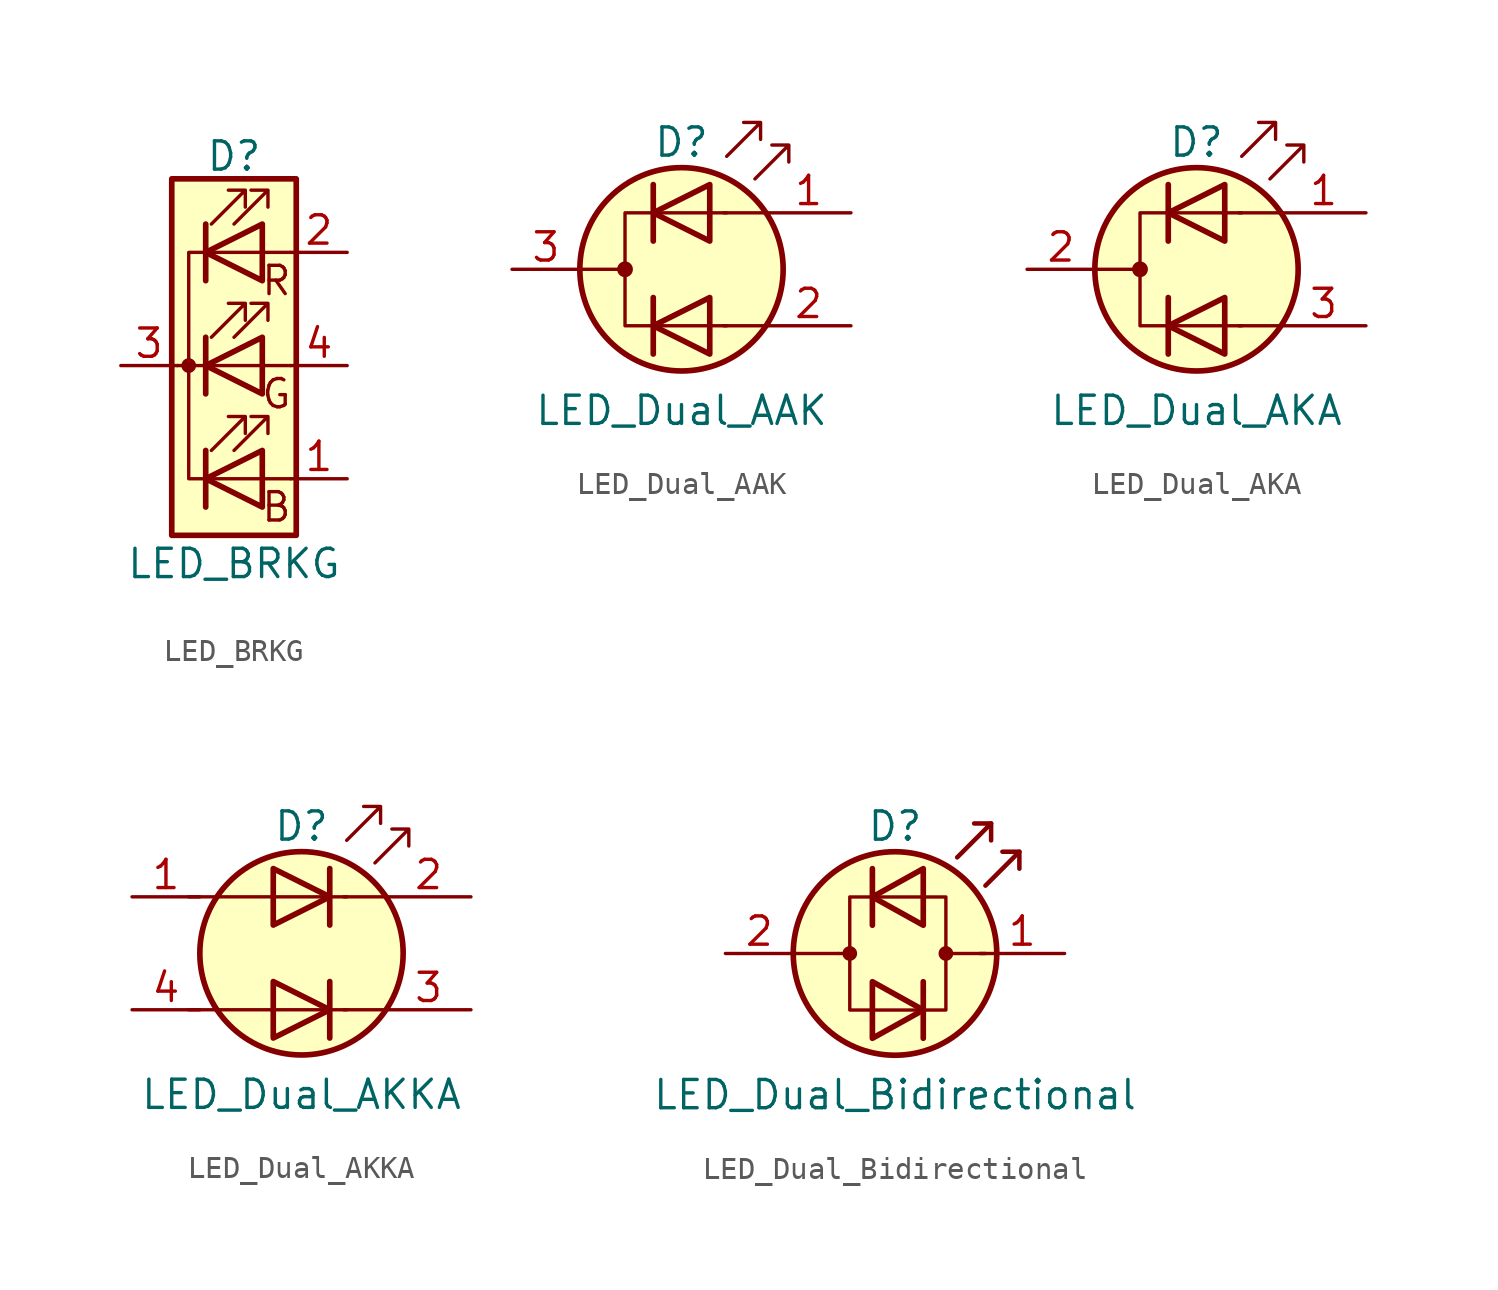
<source format=kicad_sym>
(kicad_symbol_lib
  (version 20211014)
  (generator kicad_symbol_editor)
  (symbol "LED_BRKG"
    (pin_names
      (offset 0) hide)
    (property "Reference" "D"
      (at 0 9.398 0)
      (effects (font (size 1.27 1.27))))
    (property "Value" "LED_BRKG"
      (at 0 -8.89 0)
      (effects (font (size 1.27 1.27))))
    (symbol "LED_BRKG_0_0"
      (text "B" (at 1.905 -6.35 0) (effects (font (size 1.27 1.27))))
      (text "G" (at 1.905 -1.27 0) (effects (font (size 1.27 1.27))))
      (text "R" (at 1.905 3.81 0) (effects (font (size 1.27 1.27)))))
    (symbol "LED_BRKG_0_1"
      (circle (center -2.032 0) (radius 0.254) (stroke (width 0) (type default) (color 0 0 0 0)) (fill (type outline)))
      (polyline (pts (xy -1.27 -5.08) (xy 1.27 -5.08)) (stroke (width 0) (type default) (color 0 0 0 0)) (fill (type none)))
      (polyline (pts (xy -1.27 -3.81) (xy -1.27 -6.35)) (stroke (width 0.254) (type default) (color 0 0 0 0)) (fill (type none)))
      (polyline (pts (xy -1.27 0) (xy -2.54 0)) (stroke (width 0) (type default) (color 0 0 0 0)) (fill (type none)))
      (polyline (pts (xy -1.27 1.27) (xy -1.27 -1.27)) (stroke (width 0.254) (type default) (color 0 0 0 0)) (fill (type none)))
      (polyline (pts (xy -1.27 5.08) (xy 1.27 5.08)) (stroke (width 0) (type default) (color 0 0 0 0)) (fill (type none)))
      (polyline (pts (xy -1.27 6.35) (xy -1.27 3.81)) (stroke (width 0.254) (type default) (color 0 0 0 0)) (fill (type none)))
      (polyline (pts (xy 1.27 -5.08) (xy 2.54 -5.08)) (stroke (width 0) (type default) (color 0 0 0 0)) (fill (type none)))
      (polyline (pts (xy 1.27 0) (xy -1.27 0)) (stroke (width 0) (type default) (color 0 0 0 0)) (fill (type none)))
      (polyline (pts (xy 1.27 0) (xy 2.54 0)) (stroke (width 0) (type default) (color 0 0 0 0)) (fill (type none)))
      (polyline (pts (xy 1.27 5.08) (xy 2.54 5.08)) (stroke (width 0) (type default) (color 0 0 0 0)) (fill (type none)))
      (polyline (pts (xy -1.27 1.27) (xy -1.27 -1.27) (xy -1.27 -1.27)) (stroke (width 0) (type default) (color 0 0 0 0)) (fill (type none)))
      (polyline (pts (xy -1.27 6.35) (xy -1.27 3.81) (xy -1.27 3.81)) (stroke (width 0) (type default) (color 0 0 0 0)) (fill (type none)))
      (polyline (pts (xy -1.27 5.08) (xy -2.032 5.08) (xy -2.032 -5.08) (xy -1.016 -5.08)) (stroke (width 0) (type default) (color 0 0 0 0)) (fill (type none)))
      (polyline (pts (xy 1.27 -3.81) (xy 1.27 -6.35) (xy -1.27 -5.08) (xy 1.27 -3.81)) (stroke (width 0.254) (type default) (color 0 0 0 0)) (fill (type none)))
      (polyline (pts (xy 1.27 1.27) (xy 1.27 -1.27) (xy -1.27 0) (xy 1.27 1.27)) (stroke (width 0.254) (type default) (color 0 0 0 0)) (fill (type none)))
      (polyline (pts (xy 1.27 6.35) (xy 1.27 3.81) (xy -1.27 5.08) (xy 1.27 6.35)) (stroke (width 0.254) (type default) (color 0 0 0 0)) (fill (type none)))
      (polyline (pts (xy -1.016 -3.81) (xy 0.508 -2.286) (xy -0.254 -2.286) (xy 0.508 -2.286) (xy 0.508 -3.048)) (stroke (width 0) (type default) (color 0 0 0 0)) (fill (type none)))
      (polyline (pts (xy -1.016 1.27) (xy 0.508 2.794) (xy -0.254 2.794) (xy 0.508 2.794) (xy 0.508 2.032)) (stroke (width 0) (type default) (color 0 0 0 0)) (fill (type none)))
      (polyline (pts (xy -1.016 6.35) (xy 0.508 7.874) (xy -0.254 7.874) (xy 0.508 7.874) (xy 0.508 7.112)) (stroke (width 0) (type default) (color 0 0 0 0)) (fill (type none)))
      (polyline (pts (xy 0 -3.81) (xy 1.524 -2.286) (xy 0.762 -2.286) (xy 1.524 -2.286) (xy 1.524 -3.048)) (stroke (width 0) (type default) (color 0 0 0 0)) (fill (type none)))
      (polyline (pts (xy 0 1.27) (xy 1.524 2.794) (xy 0.762 2.794) (xy 1.524 2.794) (xy 1.524 2.032)) (stroke (width 0) (type default) (color 0 0 0 0)) (fill (type none)))
      (polyline (pts (xy 0 6.35) (xy 1.524 7.874) (xy 0.762 7.874) (xy 1.524 7.874) (xy 1.524 7.112)) (stroke (width 0) (type default) (color 0 0 0 0)) (fill (type none)))
      (rectangle (start 1.27 -1.27) (end 1.27 1.27) (stroke (width 0) (type default) (color 0 0 0 0)) (fill (type none)))
      (rectangle (start 1.27 1.27) (end 1.27 1.27) (stroke (width 0) (type default) (color 0 0 0 0)) (fill (type none)))
      (rectangle (start 1.27 3.81) (end 1.27 6.35) (stroke (width 0) (type default) (color 0 0 0 0)) (fill (type none)))
      (rectangle (start 1.27 6.35) (end 1.27 6.35) (stroke (width 0) (type default) (color 0 0 0 0)) (fill (type none)))
      (rectangle (start 2.794 8.382) (end -2.794 -7.62) (stroke (width 0.254) (type default) (color 0 0 0 0)) (fill (type background))))
    (symbol "LED_BRKG_1_1"
      (pin passive line (at 5.08 -5.08 180) (length 2.54) (name "BA" (effects (font (size 1.27 1.27)))) (number "1" (effects (font (size 1.27 1.27)))))
      (pin passive line (at 5.08 5.08 180) (length 2.54) (name "RA" (effects (font (size 1.27 1.27)))) (number "2" (effects (font (size 1.27 1.27)))))
      (pin passive line (at -5.08 0 0) (length 2.54) (name "K" (effects (font (size 1.27 1.27)))) (number "3" (effects (font (size 1.27 1.27)))))
      (pin passive line (at 5.08 0 180) (length 2.54) (name "GA" (effects (font (size 1.27 1.27)))) (number "4" (effects (font (size 1.27 1.27)))))))
  (symbol "LED_Dual_AAK"
    (pin_names
      (offset 0) hide)
    (property "Reference" "D"
      (at 0 5.715 0)
      (effects (font (size 1.27 1.27))))
    (property "Value" "LED_Dual_AAK"
      (at 0 -6.35 0)
      (effects (font (size 1.27 1.27))))
    (symbol "LED_Dual_AAK_0_1"
      (circle (center -2.54 0) (radius 0.279) (stroke (width 0) (type default) (color 0 0 0 0)) (fill (type outline)))
      (polyline (pts (xy -4.572 0) (xy -2.54 0)) (stroke (width 0) (type default) (color 0 0 0 0)) (fill (type none)))
      (polyline (pts (xy -1.27 -1.27) (xy -1.27 -3.81)) (stroke (width 0.254) (type default) (color 0 0 0 0)) (fill (type none)))
      (polyline (pts (xy -1.27 1.27) (xy -1.27 3.81)) (stroke (width 0.254) (type default) (color 0 0 0 0)) (fill (type none)))
      (polyline (pts (xy 3.81 -2.54) (xy 1.905 -2.54)) (stroke (width 0) (type default) (color 0 0 0 0)) (fill (type none)))
      (polyline (pts (xy 3.81 2.54) (xy 1.905 2.54)) (stroke (width 0) (type default) (color 0 0 0 0)) (fill (type none)))
      (polyline (pts (xy 1.27 -3.81) (xy 1.27 -1.27) (xy -1.27 -2.54) (xy 1.27 -3.81)) (stroke (width 0.254) (type default) (color 0 0 0 0)) (fill (type none)))
      (polyline (pts (xy 1.27 1.27) (xy 1.27 3.81) (xy -1.27 2.54) (xy 1.27 1.27)) (stroke (width 0.254) (type default) (color 0 0 0 0)) (fill (type none)))
      (polyline (pts (xy 2.032 2.54) (xy -2.54 2.54) (xy -2.54 -2.54) (xy 2.032 -2.54)) (stroke (width 0) (type default) (color 0 0 0 0)) (fill (type none)))
      (polyline (pts (xy 2.032 5.08) (xy 3.556 6.604) (xy 2.794 6.604) (xy 3.556 6.604) (xy 3.556 5.842)) (stroke (width 0) (type default) (color 0 0 0 0)) (fill (type none)))
      (polyline (pts (xy 3.302 4.064) (xy 4.826 5.588) (xy 4.064 5.588) (xy 4.826 5.588) (xy 4.826 4.826)) (stroke (width 0) (type default) (color 0 0 0 0)) (fill (type none)))
      (circle (center 0 0) (radius 4.572) (stroke (width 0.254) (type default) (color 0 0 0 0)) (fill (type background))))
    (symbol "LED_Dual_AAK_1_1"
      (pin input line (at 7.62 2.54 180) (length 3.81) (name "A1" (effects (font (size 1.27 1.27)))) (number "1" (effects (font (size 1.27 1.27)))))
      (pin input line (at 7.62 -2.54 180) (length 3.81) (name "A2" (effects (font (size 1.27 1.27)))) (number "2" (effects (font (size 1.27 1.27)))))
      (pin input line (at -7.62 0 0) (length 3.048) (name "K" (effects (font (size 1.27 1.27)))) (number "3" (effects (font (size 1.27 1.27)))))))
  (symbol "LED_Dual_AKA"
    (pin_names
      (offset 0) hide)
    (property "Reference" "D"
      (at 0 5.715 0)
      (effects (font (size 1.27 1.27))))
    (property "Value" "LED_Dual_AKA"
      (at 0 -6.35 0)
      (effects (font (size 1.27 1.27))))
    (symbol "LED_Dual_AKA_0_1"
      (circle (center -2.54 0) (radius 0.279) (stroke (width 0) (type default) (color 0 0 0 0)) (fill (type outline)))
      (polyline (pts (xy -4.572 0) (xy -2.54 0)) (stroke (width 0) (type default) (color 0 0 0 0)) (fill (type none)))
      (polyline (pts (xy -1.27 -1.27) (xy -1.27 -3.81)) (stroke (width 0.254) (type default) (color 0 0 0 0)) (fill (type none)))
      (polyline (pts (xy -1.27 1.27) (xy -1.27 3.81)) (stroke (width 0.254) (type default) (color 0 0 0 0)) (fill (type none)))
      (polyline (pts (xy 3.81 -2.54) (xy 1.905 -2.54)) (stroke (width 0) (type default) (color 0 0 0 0)) (fill (type none)))
      (polyline (pts (xy 3.81 2.54) (xy 1.905 2.54)) (stroke (width 0) (type default) (color 0 0 0 0)) (fill (type none)))
      (polyline (pts (xy 1.27 -3.81) (xy 1.27 -1.27) (xy -1.27 -2.54) (xy 1.27 -3.81)) (stroke (width 0.254) (type default) (color 0 0 0 0)) (fill (type none)))
      (polyline (pts (xy 1.27 1.27) (xy 1.27 3.81) (xy -1.27 2.54) (xy 1.27 1.27)) (stroke (width 0.254) (type default) (color 0 0 0 0)) (fill (type none)))
      (polyline (pts (xy 2.032 2.54) (xy -2.54 2.54) (xy -2.54 -2.54) (xy 2.032 -2.54)) (stroke (width 0) (type default) (color 0 0 0 0)) (fill (type none)))
      (polyline (pts (xy 2.032 5.08) (xy 3.556 6.604) (xy 2.794 6.604) (xy 3.556 6.604) (xy 3.556 5.842)) (stroke (width 0) (type default) (color 0 0 0 0)) (fill (type none)))
      (polyline (pts (xy 3.302 4.064) (xy 4.826 5.588) (xy 4.064 5.588) (xy 4.826 5.588) (xy 4.826 4.826)) (stroke (width 0) (type default) (color 0 0 0 0)) (fill (type none)))
      (circle (center 0 0) (radius 4.572) (stroke (width 0.254) (type default) (color 0 0 0 0)) (fill (type background))))
    (symbol "LED_Dual_AKA_1_1"
      (pin input line (at 7.62 2.54 180) (length 3.81) (name "A1" (effects (font (size 1.27 1.27)))) (number "1" (effects (font (size 1.27 1.27)))))
      (pin input line (at -7.62 0 0) (length 3.048) (name "K" (effects (font (size 1.27 1.27)))) (number "2" (effects (font (size 1.27 1.27)))))
      (pin input line (at 7.62 -2.54 180) (length 3.81) (name "A2" (effects (font (size 1.27 1.27)))) (number "3" (effects (font (size 1.27 1.27)))))))
  (symbol "LED_Dual_AKKA"
    (pin_names
      (offset 0) hide)
    (property "Reference" "D"
      (at 0 5.715 0)
      (effects (font (size 1.27 1.27))))
    (property "Value" "LED_Dual_AKKA"
      (at 0 -6.35 0)
      (effects (font (size 1.27 1.27))))
    (symbol "LED_Dual_AKKA_0_1"
      (polyline (pts (xy -5.08 -2.54) (xy 2.032 -2.54)) (stroke (width 0) (type default) (color 0 0 0 0)) (fill (type none)))
      (polyline (pts (xy -5.08 2.54) (xy 2.032 2.54)) (stroke (width 0) (type default) (color 0 0 0 0)) (fill (type none)))
      (polyline (pts (xy 1.27 -1.27) (xy 1.27 -3.81)) (stroke (width 0.254) (type default) (color 0 0 0 0)) (fill (type none)))
      (polyline (pts (xy 1.27 3.81) (xy 1.27 1.27)) (stroke (width 0.254) (type default) (color 0 0 0 0)) (fill (type none)))
      (polyline (pts (xy 3.81 -2.54) (xy 1.905 -2.54)) (stroke (width 0) (type default) (color 0 0 0 0)) (fill (type none)))
      (polyline (pts (xy 3.81 2.54) (xy 1.905 2.54)) (stroke (width 0) (type default) (color 0 0 0 0)) (fill (type none)))
      (polyline (pts (xy -1.27 -1.27) (xy -1.27 -3.81) (xy 1.27 -2.54) (xy -1.27 -1.27)) (stroke (width 0.254) (type default) (color 0 0 0 0)) (fill (type none)))
      (polyline (pts (xy -1.27 3.81) (xy -1.27 1.27) (xy 1.27 2.54) (xy -1.27 3.81)) (stroke (width 0.254) (type default) (color 0 0 0 0)) (fill (type none)))
      (polyline (pts (xy 2.032 5.08) (xy 3.556 6.604) (xy 2.794 6.604) (xy 3.556 6.604) (xy 3.556 5.842)) (stroke (width 0) (type default) (color 0 0 0 0)) (fill (type none)))
      (polyline (pts (xy 3.302 4.064) (xy 4.826 5.588) (xy 4.064 5.588) (xy 4.826 5.588) (xy 4.826 4.826)) (stroke (width 0) (type default) (color 0 0 0 0)) (fill (type none)))
      (circle (center 0 0) (radius 4.572) (stroke (width 0.254) (type default) (color 0 0 0 0)) (fill (type background))))
    (symbol "LED_Dual_AKKA_1_1"
      (pin input line (at -7.62 2.54 0) (length 3.048) (name "A1" (effects (font (size 1.27 1.27)))) (number "1" (effects (font (size 1.27 1.27)))))
      (pin input line (at 7.62 2.54 180) (length 3.81) (name "K1" (effects (font (size 1.27 1.27)))) (number "2" (effects (font (size 1.27 1.27)))))
      (pin input line (at 7.62 -2.54 180) (length 3.81) (name "K2" (effects (font (size 1.27 1.27)))) (number "3" (effects (font (size 1.27 1.27)))))
      (pin input line (at -7.62 -2.54 0) (length 3.048) (name "A2" (effects (font (size 1.27 1.27)))) (number "4" (effects (font (size 1.27 1.27)))))))
  (symbol "LED_Dual_Bidirectional"
    (pin_names
      (offset 0) hide)
    (property "Reference" "D"
      (at 0 5.715 0)
      (effects (font (size 1.27 1.27))))
    (property "Value" "LED_Dual_Bidirectional"
      (at 0 -6.35 0)
      (effects (font (size 1.27 1.27))))
    (symbol "LED_Dual_Bidirectional_0_1"
      (circle (center -2.032 0) (radius 0.254) (stroke (width 0) (type default) (color 0 0 0 0)) (fill (type outline)))
      (polyline (pts (xy -4.572 0) (xy -2.54 0)) (stroke (width 0) (type default) (color 0 0 0 0)) (fill (type none)))
      (polyline (pts (xy -2.032 0) (xy -2.54 0)) (stroke (width 0) (type default) (color 0 0 0 0)) (fill (type none)))
      (polyline (pts (xy -1.016 3.81) (xy -1.016 1.27)) (stroke (width 0.254) (type default) (color 0 0 0 0)) (fill (type none)))
      (polyline (pts (xy 1.27 -1.27) (xy 1.27 -3.81)) (stroke (width 0.254) (type default) (color 0 0 0 0)) (fill (type none)))
      (polyline (pts (xy 4.064 0) (xy 2.286 0)) (stroke (width 0) (type default) (color 0 0 0 0)) (fill (type outline)))
      (polyline (pts (xy 4.318 5.842) (xy 4.318 5.08)) (stroke (width 0.203) (type default) (color 0 0 0 0)) (fill (type none)))
      (polyline (pts (xy 5.588 4.572) (xy 5.588 3.81)) (stroke (width 0.203) (type default) (color 0 0 0 0)) (fill (type none)))
      (polyline (pts (xy 2.794 4.318) (xy 4.318 5.842) (xy 3.556 5.842)) (stroke (width 0.203) (type default) (color 0 0 0 0)) (fill (type none)))
      (polyline (pts (xy 4.064 3.048) (xy 5.588 4.572) (xy 4.826 4.572)) (stroke (width 0.203) (type default) (color 0 0 0 0)) (fill (type none)))
      (polyline (pts (xy -1.016 -1.27) (xy -1.016 -3.81) (xy 1.27 -2.54) (xy -1.016 -1.27)) (stroke (width 0.254) (type default) (color 0 0 0 0)) (fill (type none)))
      (polyline (pts (xy 1.27 3.81) (xy 1.27 1.27) (xy -1.016 2.54) (xy 1.27 3.81)) (stroke (width 0.254) (type default) (color 0 0 0 0)) (fill (type none)))
      (polyline (pts (xy 2.286 2.54) (xy -2.032 2.54) (xy -2.032 -2.54) (xy 2.286 -2.54) (xy 2.286 2.54)) (stroke (width 0) (type default) (color 0 0 0 0)) (fill (type none)))
      (circle (center 0 0) (radius 4.572) (stroke (width 0.254) (type default) (color 0 0 0 0)) (fill (type background)))
      (circle (center 2.286 0) (radius 0.254) (stroke (width 0) (type default) (color 0 0 0 0)) (fill (type outline))))
    (symbol "LED_Dual_Bidirectional_1_1"
      (pin input line (at 7.62 0 180) (length 3.81) (name "KA" (effects (font (size 1.27 1.27)))) (number "1" (effects (font (size 1.27 1.27)))))
      (pin input line (at -7.62 0 0) (length 3.048) (name "AK" (effects (font (size 1.27 1.27)))) (number "2" (effects (font (size 1.27 1.27))))))))
</source>
